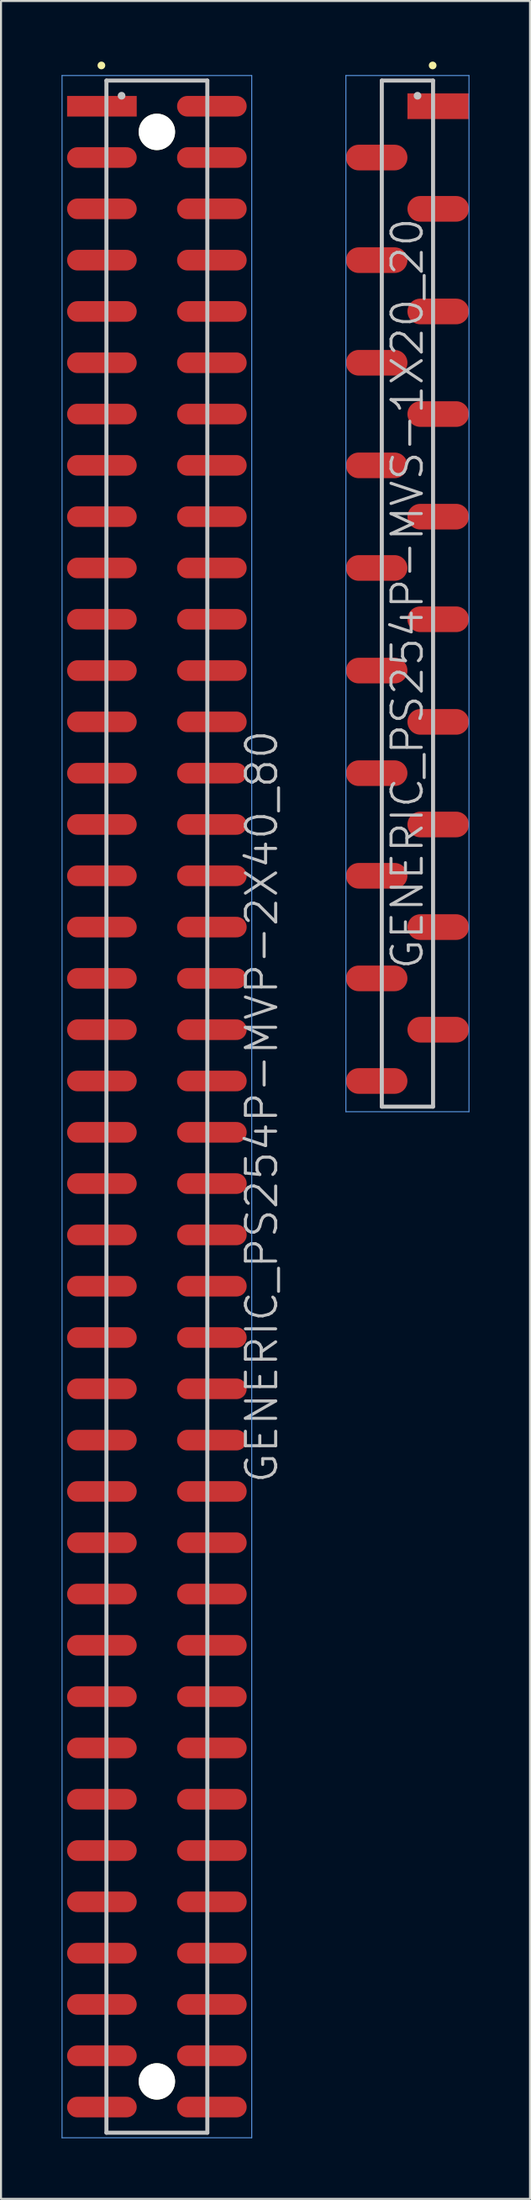
<source format=kicad_pcb>
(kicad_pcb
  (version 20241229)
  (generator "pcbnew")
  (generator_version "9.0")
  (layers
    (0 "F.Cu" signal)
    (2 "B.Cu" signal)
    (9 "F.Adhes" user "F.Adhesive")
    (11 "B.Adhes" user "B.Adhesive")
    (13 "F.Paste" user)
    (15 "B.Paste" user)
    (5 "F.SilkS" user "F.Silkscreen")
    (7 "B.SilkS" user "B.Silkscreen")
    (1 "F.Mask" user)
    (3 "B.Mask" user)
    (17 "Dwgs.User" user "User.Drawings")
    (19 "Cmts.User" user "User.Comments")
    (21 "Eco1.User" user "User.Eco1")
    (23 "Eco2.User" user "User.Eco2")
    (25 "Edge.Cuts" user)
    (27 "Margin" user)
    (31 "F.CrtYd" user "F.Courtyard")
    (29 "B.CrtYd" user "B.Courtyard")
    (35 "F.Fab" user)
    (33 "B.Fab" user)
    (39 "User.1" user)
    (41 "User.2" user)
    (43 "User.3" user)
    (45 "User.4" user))
  (footprint "GENERIC_PS254P-MVP-2X40_80"
    (layer "F.Cu")
    (at 4.725 51.74)
    (property "Reference" "GENERIC_PS254P-MVP-2X40_80" (at 5.2 0 90) (layer "Dwgs.User") (effects (font (size 1.5 1.5) (thickness 0.15))))
    (attr smd)
    (fp_line (start -2.75 -51.55) (end -2.75 -51.55) (stroke (width 0.381) (type solid)) (layer "F.SilkS"))
    (fp_line (start -2.5 -50.8) (end -2.5 50.8) (stroke (width 0.2) (type solid)) (layer "Dwgs.User"))
    (fp_line (start -2.5 -50.8) (end 2.5 -50.8) (stroke (width 0.2) (type solid)) (layer "Dwgs.User"))
    (fp_line (start -2.5 50.8) (end 2.5 50.8) (stroke (width 0.2) (type solid)) (layer "Dwgs.User"))
    (fp_line (start -1.75 -50.05) (end -1.75 -50.05) (stroke (width 0.381) (type solid)) (layer "Dwgs.User"))
    (fp_line (start 2.5 -50.8) (end 2.5 50.8) (stroke (width 0.2) (type solid)) (layer "Dwgs.User"))
    (fp_line (start -4.7 -51.05) (end -4.7 51.05) (stroke (width 0.05) (type solid)) (layer "Cmts.User"))
    (fp_line (start -4.7 -51.05) (end 4.7 -51.05) (stroke (width 0.05) (type solid)) (layer "Cmts.User"))
    (fp_line (start -4.7 51.05) (end 4.7 51.05) (stroke (width 0.05) (type solid)) (layer "Cmts.User"))
    (fp_line (start 4.7 -51.05) (end 4.7 51.05) (stroke (width 0.05) (type solid)) (layer "Cmts.User"))
    (pad "" np_thru_hole circle (at 0 -48.26 270) (size 1.8 1.8) (drill 1.8) (layers "*.Cu" "*.Mask" "F.SilkS"))
    (pad "" np_thru_hole circle (at 0 48.26 270) (size 1.8 1.8) (drill 1.8) (layers "*.Cu" "*.Mask" "F.SilkS"))
    (pad "1" smd rect (at -2.725 -49.53 270) (size 1.02 3.45) (layers "F.Cu" "F.Mask" "F.Paste"))
    (pad "2" smd oval (at 2.725 -49.53 270) (size 1.02 3.45) (layers "F.Cu" "F.Mask" "F.Paste"))
    (pad "3" smd oval (at -2.725 -46.99 270) (size 1.02 3.45) (layers "F.Cu" "F.Mask" "F.Paste"))
    (pad "4" smd oval (at 2.725 -46.99 270) (size 1.02 3.45) (layers "F.Cu" "F.Mask" "F.Paste"))
    (pad "5" smd oval (at -2.725 -44.45 270) (size 1.02 3.45) (layers "F.Cu" "F.Mask" "F.Paste"))
    (pad "6" smd oval (at 2.725 -44.45 270) (size 1.02 3.45) (layers "F.Cu" "F.Mask" "F.Paste"))
    (pad "7" smd oval (at -2.725 -41.91 270) (size 1.02 3.45) (layers "F.Cu" "F.Mask" "F.Paste"))
    (pad "8" smd oval (at 2.725 -41.91 270) (size 1.02 3.45) (layers "F.Cu" "F.Mask" "F.Paste"))
    (pad "9" smd oval (at -2.725 -39.37 270) (size 1.02 3.45) (layers "F.Cu" "F.Mask" "F.Paste"))
    (pad "10" smd oval (at 2.725 -39.37 270) (size 1.02 3.45) (layers "F.Cu" "F.Mask" "F.Paste"))
    (pad "11" smd oval (at -2.725 -36.83 270) (size 1.02 3.45) (layers "F.Cu" "F.Mask" "F.Paste"))
    (pad "12" smd oval (at 2.725 -36.83 270) (size 1.02 3.45) (layers "F.Cu" "F.Mask" "F.Paste"))
    (pad "13" smd oval (at -2.725 -34.29 270) (size 1.02 3.45) (layers "F.Cu" "F.Mask" "F.Paste"))
    (pad "14" smd oval (at 2.725 -34.29 270) (size 1.02 3.45) (layers "F.Cu" "F.Mask" "F.Paste"))
    (pad "15" smd oval (at -2.725 -31.75 270) (size 1.02 3.45) (layers "F.Cu" "F.Mask" "F.Paste"))
    (pad "16" smd oval (at 2.725 -31.75 270) (size 1.02 3.45) (layers "F.Cu" "F.Mask" "F.Paste"))
    (pad "17" smd oval (at -2.725 -29.21 270) (size 1.02 3.45) (layers "F.Cu" "F.Mask" "F.Paste"))
    (pad "18" smd oval (at 2.725 -29.21 270) (size 1.02 3.45) (layers "F.Cu" "F.Mask" "F.Paste"))
    (pad "19" smd oval (at -2.725 -26.67 270) (size 1.02 3.45) (layers "F.Cu" "F.Mask" "F.Paste"))
    (pad "20" smd oval (at 2.725 -26.67 270) (size 1.02 3.45) (layers "F.Cu" "F.Mask" "F.Paste"))
    (pad "21" smd oval (at -2.725 -24.13 270) (size 1.02 3.45) (layers "F.Cu" "F.Mask" "F.Paste"))
    (pad "22" smd oval (at 2.725 -24.13 270) (size 1.02 3.45) (layers "F.Cu" "F.Mask" "F.Paste"))
    (pad "23" smd oval (at -2.725 -21.59 270) (size 1.02 3.45) (layers "F.Cu" "F.Mask" "F.Paste"))
    (pad "24" smd oval (at 2.725 -21.59 270) (size 1.02 3.45) (layers "F.Cu" "F.Mask" "F.Paste"))
    (pad "25" smd oval (at -2.725 -19.05 270) (size 1.02 3.45) (layers "F.Cu" "F.Mask" "F.Paste"))
    (pad "26" smd oval (at 2.725 -19.05 270) (size 1.02 3.45) (layers "F.Cu" "F.Mask" "F.Paste"))
    (pad "27" smd oval (at -2.725 -16.51 270) (size 1.02 3.45) (layers "F.Cu" "F.Mask" "F.Paste"))
    (pad "28" smd oval (at 2.725 -16.51 270) (size 1.02 3.45) (layers "F.Cu" "F.Mask" "F.Paste"))
    (pad "29" smd oval (at -2.725 -13.97 270) (size 1.02 3.45) (layers "F.Cu" "F.Mask" "F.Paste"))
    (pad "30" smd oval (at 2.725 -13.97 270) (size 1.02 3.45) (layers "F.Cu" "F.Mask" "F.Paste"))
    (pad "31" smd oval (at -2.725 -11.43 270) (size 1.02 3.45) (layers "F.Cu" "F.Mask" "F.Paste"))
    (pad "32" smd oval (at 2.725 -11.43 270) (size 1.02 3.45) (layers "F.Cu" "F.Mask" "F.Paste"))
    (pad "33" smd oval (at -2.725 -8.89 270) (size 1.02 3.45) (layers "F.Cu" "F.Mask" "F.Paste"))
    (pad "34" smd oval (at 2.725 -8.89 270) (size 1.02 3.45) (layers "F.Cu" "F.Mask" "F.Paste"))
    (pad "35" smd oval (at -2.725 -6.35 270) (size 1.02 3.45) (layers "F.Cu" "F.Mask" "F.Paste"))
    (pad "36" smd oval (at 2.725 -6.35 270) (size 1.02 3.45) (layers "F.Cu" "F.Mask" "F.Paste"))
    (pad "37" smd oval (at -2.725 -3.81 270) (size 1.02 3.45) (layers "F.Cu" "F.Mask" "F.Paste"))
    (pad "38" smd oval (at 2.725 -3.81 270) (size 1.02 3.45) (layers "F.Cu" "F.Mask" "F.Paste"))
    (pad "39" smd oval (at -2.725 -1.27 270) (size 1.02 3.45) (layers "F.Cu" "F.Mask" "F.Paste"))
    (pad "40" smd oval (at 2.725 -1.27 270) (size 1.02 3.45) (layers "F.Cu" "F.Mask" "F.Paste"))
    (pad "41" smd oval (at -2.725 1.27 270) (size 1.02 3.45) (layers "F.Cu" "F.Mask" "F.Paste"))
    (pad "42" smd oval (at 2.725 1.27 270) (size 1.02 3.45) (layers "F.Cu" "F.Mask" "F.Paste"))
    (pad "43" smd oval (at -2.725 3.81 270) (size 1.02 3.45) (layers "F.Cu" "F.Mask" "F.Paste"))
    (pad "44" smd oval (at 2.725 3.81 270) (size 1.02 3.45) (layers "F.Cu" "F.Mask" "F.Paste"))
    (pad "45" smd oval (at -2.725 6.35 270) (size 1.02 3.45) (layers "F.Cu" "F.Mask" "F.Paste"))
    (pad "46" smd oval (at 2.725 6.35 270) (size 1.02 3.45) (layers "F.Cu" "F.Mask" "F.Paste"))
    (pad "47" smd oval (at -2.725 8.89 270) (size 1.02 3.45) (layers "F.Cu" "F.Mask" "F.Paste"))
    (pad "48" smd oval (at 2.725 8.89 270) (size 1.02 3.45) (layers "F.Cu" "F.Mask" "F.Paste"))
    (pad "49" smd oval (at -2.725 11.43 270) (size 1.02 3.45) (layers "F.Cu" "F.Mask" "F.Paste"))
    (pad "50" smd oval (at 2.725 11.43 270) (size 1.02 3.45) (layers "F.Cu" "F.Mask" "F.Paste"))
    (pad "51" smd oval (at -2.725 13.97 270) (size 1.02 3.45) (layers "F.Cu" "F.Mask" "F.Paste"))
    (pad "52" smd oval (at 2.725 13.97 270) (size 1.02 3.45) (layers "F.Cu" "F.Mask" "F.Paste"))
    (pad "53" smd oval (at -2.725 16.51 270) (size 1.02 3.45) (layers "F.Cu" "F.Mask" "F.Paste"))
    (pad "54" smd oval (at 2.725 16.51 270) (size 1.02 3.45) (layers "F.Cu" "F.Mask" "F.Paste"))
    (pad "55" smd oval (at -2.725 19.05 270) (size 1.02 3.45) (layers "F.Cu" "F.Mask" "F.Paste"))
    (pad "56" smd oval (at 2.725 19.05 270) (size 1.02 3.45) (layers "F.Cu" "F.Mask" "F.Paste"))
    (pad "57" smd oval (at -2.725 21.59 270) (size 1.02 3.45) (layers "F.Cu" "F.Mask" "F.Paste"))
    (pad "58" smd oval (at 2.725 21.59 270) (size 1.02 3.45) (layers "F.Cu" "F.Mask" "F.Paste"))
    (pad "59" smd oval (at -2.725 24.13 270) (size 1.02 3.45) (layers "F.Cu" "F.Mask" "F.Paste"))
    (pad "60" smd oval (at 2.725 24.13 270) (size 1.02 3.45) (layers "F.Cu" "F.Mask" "F.Paste"))
    (pad "61" smd oval (at -2.725 26.67 270) (size 1.02 3.45) (layers "F.Cu" "F.Mask" "F.Paste"))
    (pad "62" smd oval (at 2.725 26.67 270) (size 1.02 3.45) (layers "F.Cu" "F.Mask" "F.Paste"))
    (pad "63" smd oval (at -2.725 29.21 270) (size 1.02 3.45) (layers "F.Cu" "F.Mask" "F.Paste"))
    (pad "64" smd oval (at 2.725 29.21 270) (size 1.02 3.45) (layers "F.Cu" "F.Mask" "F.Paste"))
    (pad "65" smd oval (at -2.725 31.75 270) (size 1.02 3.45) (layers "F.Cu" "F.Mask" "F.Paste"))
    (pad "66" smd oval (at 2.725 31.75 270) (size 1.02 3.45) (layers "F.Cu" "F.Mask" "F.Paste"))
    (pad "67" smd oval (at -2.725 34.29 270) (size 1.02 3.45) (layers "F.Cu" "F.Mask" "F.Paste"))
    (pad "68" smd oval (at 2.725 34.29 270) (size 1.02 3.45) (layers "F.Cu" "F.Mask" "F.Paste"))
    (pad "69" smd oval (at -2.725 36.83 270) (size 1.02 3.45) (layers "F.Cu" "F.Mask" "F.Paste"))
    (pad "70" smd oval (at 2.725 36.83 270) (size 1.02 3.45) (layers "F.Cu" "F.Mask" "F.Paste"))
    (pad "71" smd oval (at -2.725 39.37 270) (size 1.02 3.45) (layers "F.Cu" "F.Mask" "F.Paste"))
    (pad "72" smd oval (at 2.725 39.37 270) (size 1.02 3.45) (layers "F.Cu" "F.Mask" "F.Paste"))
    (pad "73" smd oval (at -2.725 41.91 270) (size 1.02 3.45) (layers "F.Cu" "F.Mask" "F.Paste"))
    (pad "74" smd oval (at 2.725 41.91 270) (size 1.02 3.45) (layers "F.Cu" "F.Mask" "F.Paste"))
    (pad "75" smd oval (at -2.725 44.45 270) (size 1.02 3.45) (layers "F.Cu" "F.Mask" "F.Paste"))
    (pad "76" smd oval (at 2.725 44.45 270) (size 1.02 3.45) (layers "F.Cu" "F.Mask" "F.Paste"))
    (pad "77" smd oval (at -2.725 46.99 270) (size 1.02 3.45) (layers "F.Cu" "F.Mask" "F.Paste"))
    (pad "78" smd oval (at 2.725 46.99 270) (size 1.02 3.45) (layers "F.Cu" "F.Mask" "F.Paste"))
    (pad "79" smd oval (at -2.725 49.53 270) (size 1.02 3.45) (layers "F.Cu" "F.Mask" "F.Paste"))
    (pad "80" smd oval (at 2.725 49.53 270) (size 1.02 3.45) (layers "F.Cu" "F.Mask" "F.Paste")))
  (footprint "GENERIC_PS254P-MVS-1X20_20"
    (layer "F.Cu")
    (at 17.141 26.34)
    (property "Reference" "GENERIC_PS254P-MVS-1X20_20" (at 0 0 90) (layer "Dwgs.User") (effects (font (size 1.5 1.5) (thickness 0.15))))
    (attr smd)
    (fp_line (start 1.25 -26.15) (end 1.25 -26.15) (stroke (width 0.381) (type solid)) (layer "F.SilkS"))
    (fp_line (start -1.27 -25.4) (end -1.27 25.4) (stroke (width 0.2) (type solid)) (layer "Dwgs.User"))
    (fp_line (start -1.27 -25.4) (end 1.27 -25.4) (stroke (width 0.2) (type solid)) (layer "Dwgs.User"))
    (fp_line (start -1.27 25.4) (end 1.27 25.4) (stroke (width 0.2) (type solid)) (layer "Dwgs.User"))
    (fp_line (start 0.5 -24.65) (end 0.5 -24.65) (stroke (width 0.381) (type solid)) (layer "Dwgs.User"))
    (fp_line (start 1.27 -25.4) (end 1.27 25.4) (stroke (width 0.2) (type solid)) (layer "Dwgs.User"))
    (fp_line (start -3.05 -25.65) (end -3.05 25.65) (stroke (width 0.05) (type solid)) (layer "Cmts.User"))
    (fp_line (start -3.05 -25.65) (end 3.05 -25.65) (stroke (width 0.05) (type solid)) (layer "Cmts.User"))
    (fp_line (start -3.05 25.65) (end 3.05 25.65) (stroke (width 0.05) (type solid)) (layer "Cmts.User"))
    (fp_line (start 3.05 -25.65) (end 3.05 25.65) (stroke (width 0.05) (type solid)) (layer "Cmts.User"))
    (pad "1" smd rect (at 1.525 -24.13 90) (size 1.27 3.05) (layers "F.Cu" "F.Mask" "F.Paste"))
    (pad "2" smd oval (at -1.525 -21.59 90) (size 1.27 3.05) (layers "F.Cu" "F.Mask" "F.Paste"))
    (pad "3" smd oval (at 1.525 -19.05 90) (size 1.27 3.05) (layers "F.Cu" "F.Mask" "F.Paste"))
    (pad "4" smd oval (at -1.525 -16.51 90) (size 1.27 3.05) (layers "F.Cu" "F.Mask" "F.Paste"))
    (pad "5" smd oval (at 1.525 -13.97 90) (size 1.27 3.05) (layers "F.Cu" "F.Mask" "F.Paste"))
    (pad "6" smd oval (at -1.525 -11.43 90) (size 1.27 3.05) (layers "F.Cu" "F.Mask" "F.Paste"))
    (pad "7" smd oval (at 1.525 -8.89 90) (size 1.27 3.05) (layers "F.Cu" "F.Mask" "F.Paste"))
    (pad "8" smd oval (at -1.525 -6.35 90) (size 1.27 3.05) (layers "F.Cu" "F.Mask" "F.Paste"))
    (pad "9" smd oval (at 1.525 -3.81 90) (size 1.27 3.05) (layers "F.Cu" "F.Mask" "F.Paste"))
    (pad "10" smd oval (at -1.525 -1.27 90) (size 1.27 3.05) (layers "F.Cu" "F.Mask" "F.Paste"))
    (pad "11" smd oval (at 1.525 1.27 90) (size 1.27 3.05) (layers "F.Cu" "F.Mask" "F.Paste"))
    (pad "12" smd oval (at -1.525 3.81 90) (size 1.27 3.05) (layers "F.Cu" "F.Mask" "F.Paste"))
    (pad "13" smd oval (at 1.525 6.35 90) (size 1.27 3.05) (layers "F.Cu" "F.Mask" "F.Paste"))
    (pad "14" smd oval (at -1.525 8.89 90) (size 1.27 3.05) (layers "F.Cu" "F.Mask" "F.Paste"))
    (pad "15" smd oval (at 1.525 11.43 90) (size 1.27 3.05) (layers "F.Cu" "F.Mask" "F.Paste"))
    (pad "16" smd oval (at -1.525 13.97 90) (size 1.27 3.05) (layers "F.Cu" "F.Mask" "F.Paste"))
    (pad "17" smd oval (at 1.525 16.51 90) (size 1.27 3.05) (layers "F.Cu" "F.Mask" "F.Paste"))
    (pad "18" smd oval (at -1.525 19.05 90) (size 1.27 3.05) (layers "F.Cu" "F.Mask" "F.Paste"))
    (pad "19" smd oval (at 1.525 21.59 90) (size 1.27 3.05) (layers "F.Cu" "F.Mask" "F.Paste"))
    (pad "20" smd oval (at -1.525 24.13 90) (size 1.27 3.05) (layers "F.Cu" "F.Mask" "F.Paste")))
  (gr_rect
    (start -3 -3)
    (end 23.216 105.816)
    (stroke (width 0.1) (type default))
    (fill no)
    (layer "Edge.Cuts")))
</source>
